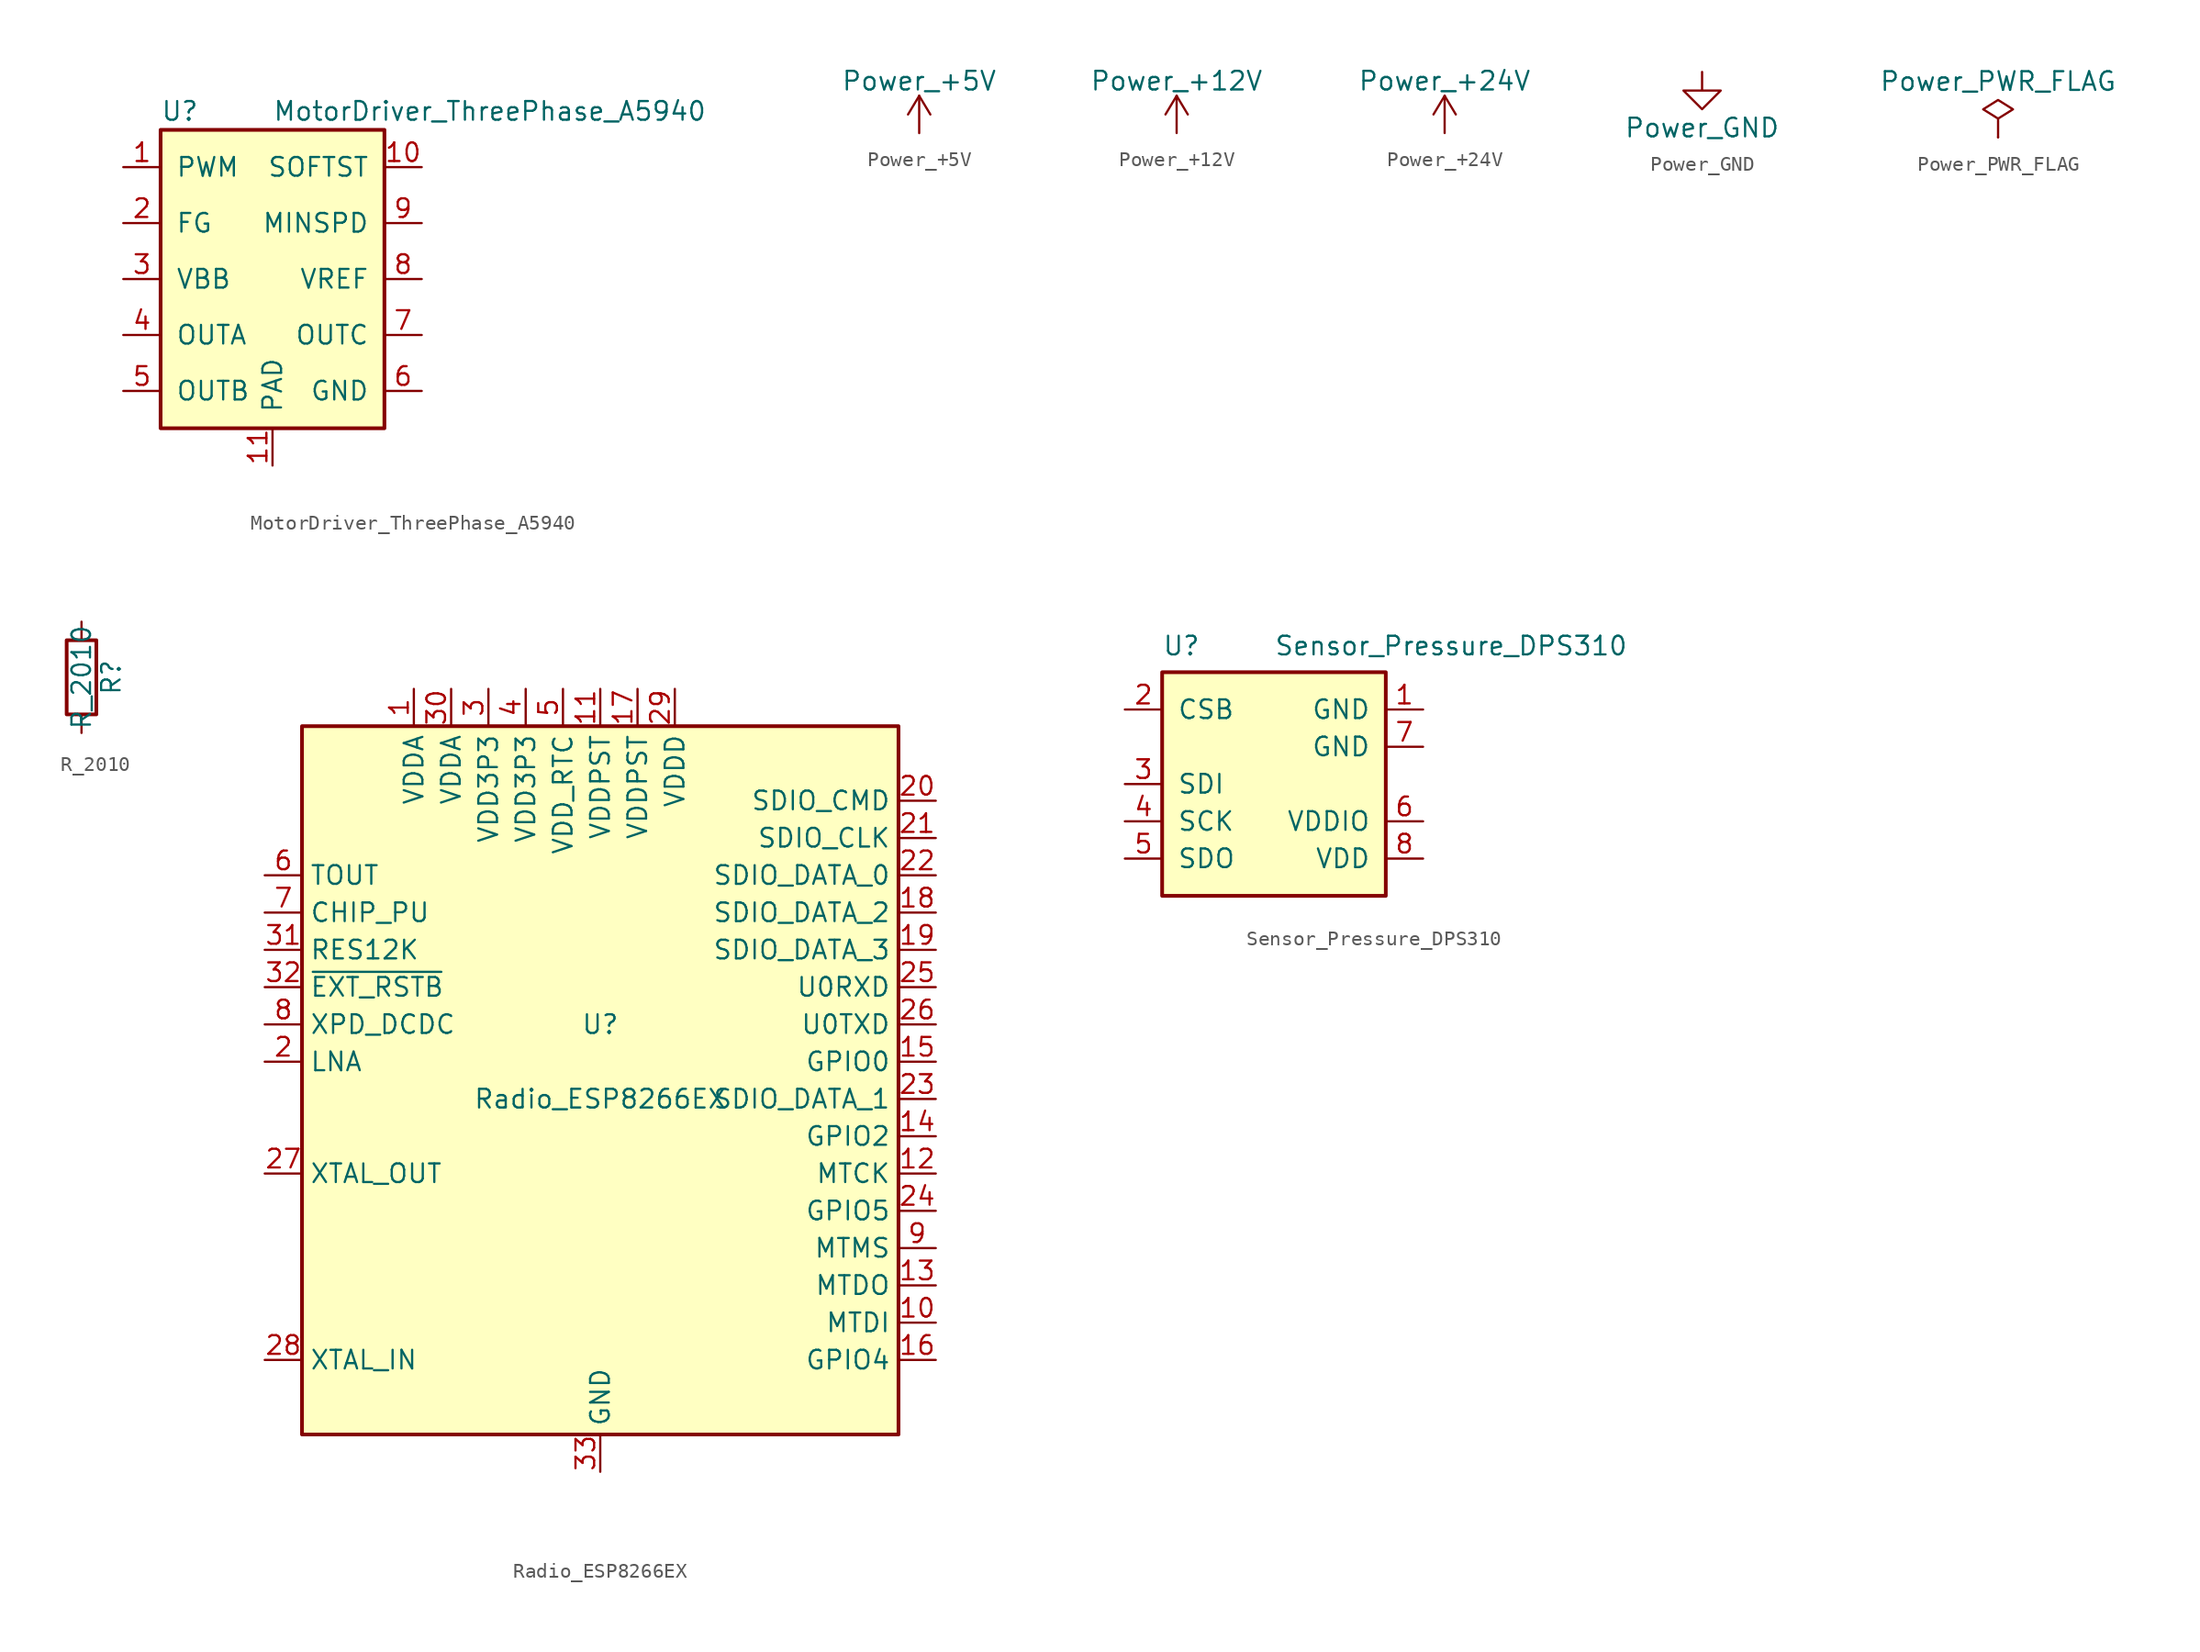
<source format=kicad_sym>
(kicad_symbol_lib
  (version 20211014)
  (generator kicad_symbol_editor)
  (symbol "MotorDriver_ThreePhase_A5940"
    (pin_names
      (offset 1.016))
    (property "Reference" "U"
      (at -7.62 11.43 0)
      (effects (font (size 1.27 1.27)) (justify left)))
    (property "Value" "MotorDriver_ThreePhase_A5940"
      (at 0 11.43 0)
      (effects (font (size 1.27 1.27)) (justify left)))
    (symbol "MotorDriver_ThreePhase_A5940_0_1"
      (rectangle (start -7.62 10.16) (end 7.62 -10.16) (stroke (width 0.254) (type default) (color 0 0 0 0)) (fill (type background))))
    (symbol "MotorDriver_ThreePhase_A5940_1_1"
      (pin input line (at -10.16 7.62 0) (length 2.54) (name "PWM" (effects (font (size 1.27 1.27)))) (number "1" (effects (font (size 1.27 1.27)))))
      (pin input line (at 10.16 7.62 180) (length 2.54) (name "SOFTST" (effects (font (size 1.27 1.27)))) (number "10" (effects (font (size 1.27 1.27)))))
      (pin power_in line (at 0 -12.7 90) (length 2.54) (name "PAD" (effects (font (size 1.27 1.27)))) (number "11" (effects (font (size 1.27 1.27)))))
      (pin output line (at -10.16 3.81 0) (length 2.54) (name "FG" (effects (font (size 1.27 1.27)))) (number "2" (effects (font (size 1.27 1.27)))))
      (pin power_in line (at -10.16 0 0) (length 2.54) (name "VBB" (effects (font (size 1.27 1.27)))) (number "3" (effects (font (size 1.27 1.27)))))
      (pin output line (at -10.16 -3.81 0) (length 2.54) (name "OUTA" (effects (font (size 1.27 1.27)))) (number "4" (effects (font (size 1.27 1.27)))))
      (pin output line (at -10.16 -7.62 0) (length 2.54) (name "OUTB" (effects (font (size 1.27 1.27)))) (number "5" (effects (font (size 1.27 1.27)))))
      (pin power_in line (at 10.16 -7.62 180) (length 2.54) (name "GND" (effects (font (size 1.27 1.27)))) (number "6" (effects (font (size 1.27 1.27)))))
      (pin output line (at 10.16 -3.81 180) (length 2.54) (name "OUTC" (effects (font (size 1.27 1.27)))) (number "7" (effects (font (size 1.27 1.27)))))
      (pin output line (at 10.16 0 180) (length 2.54) (name "VREF" (effects (font (size 1.27 1.27)))) (number "8" (effects (font (size 1.27 1.27)))))
      (pin input line (at 10.16 3.81 180) (length 2.54) (name "MINSPD" (effects (font (size 1.27 1.27)))) (number "9" (effects (font (size 1.27 1.27)))))))
  (symbol "Power_+5V"
    (power)
    (pin_names
      (offset 0))
    (property "Reference" "#PWR"
      (at 0 -3.81 0)
      (effects (font (size 1.27 1.27)) hide))
    (property "Value" "Power_+5V"
      (at 0 3.556 0)
      (effects (font (size 1.27 1.27))))
    (symbol "Power_+5V_0_1"
      (polyline (pts (xy -0.762 1.27) (xy 0 2.54)) (stroke (width 0) (type default) (color 0 0 0 0)) (fill (type none)))
      (polyline (pts (xy 0 0) (xy 0 2.54)) (stroke (width 0) (type default) (color 0 0 0 0)) (fill (type none)))
      (polyline (pts (xy 0 2.54) (xy 0.762 1.27)) (stroke (width 0) (type default) (color 0 0 0 0)) (fill (type none))))
    (symbol "Power_+5V_1_1"
      (pin power_in line (at 0 0 90) (length 0) hide (name "+5V" (effects (font (size 1.27 1.27)))) (number "1" (effects (font (size 1.27 1.27)))))))
  (symbol "Power_+12V"
    (power)
    (pin_names
      (offset 0))
    (property "Reference" "#PWR"
      (at 0 -3.81 0)
      (effects (font (size 1.27 1.27)) hide))
    (property "Value" "Power_+12V"
      (at 0 3.556 0)
      (effects (font (size 1.27 1.27))))
    (symbol "Power_+12V_0_1"
      (polyline (pts (xy -0.762 1.27) (xy 0 2.54)) (stroke (width 0) (type default) (color 0 0 0 0)) (fill (type none)))
      (polyline (pts (xy 0 0) (xy 0 2.54)) (stroke (width 0) (type default) (color 0 0 0 0)) (fill (type none)))
      (polyline (pts (xy 0 2.54) (xy 0.762 1.27)) (stroke (width 0) (type default) (color 0 0 0 0)) (fill (type none))))
    (symbol "Power_+12V_1_1"
      (pin power_in line (at 0 0 90) (length 0) hide (name "+12V" (effects (font (size 1.27 1.27)))) (number "1" (effects (font (size 1.27 1.27)))))))
  (symbol "Power_+24V"
    (power)
    (pin_names
      (offset 0))
    (property "Reference" "#PWR"
      (at 0 -3.81 0)
      (effects (font (size 1.27 1.27)) hide))
    (property "Value" "Power_+24V"
      (at 0 3.556 0)
      (effects (font (size 1.27 1.27))))
    (symbol "Power_+24V_0_1"
      (polyline (pts (xy -0.762 1.27) (xy 0 2.54)) (stroke (width 0) (type default) (color 0 0 0 0)) (fill (type none)))
      (polyline (pts (xy 0 0) (xy 0 2.54)) (stroke (width 0) (type default) (color 0 0 0 0)) (fill (type none)))
      (polyline (pts (xy 0 2.54) (xy 0.762 1.27)) (stroke (width 0) (type default) (color 0 0 0 0)) (fill (type none))))
    (symbol "Power_+24V_1_1"
      (pin power_in line (at 0 0 90) (length 0) hide (name "+24V" (effects (font (size 1.27 1.27)))) (number "1" (effects (font (size 1.27 1.27)))))))
  (symbol "Power_GND"
    (power)
    (pin_names
      (offset 0))
    (property "Reference" "#PWR"
      (at 0 -6.35 0)
      (effects (font (size 1.27 1.27)) hide))
    (property "Value" "Power_GND"
      (at 0 -3.81 0)
      (effects (font (size 1.27 1.27))))
    (symbol "Power_GND_0_1"
      (polyline (pts (xy 0 0) (xy 0 -1.27) (xy 1.27 -1.27) (xy 0 -2.54) (xy -1.27 -1.27) (xy 0 -1.27)) (stroke (width 0) (type default) (color 0 0 0 0)) (fill (type none))))
    (symbol "Power_GND_1_1"
      (pin power_in line (at 0 0 270) (length 0) hide (name "GND" (effects (font (size 1.27 1.27)))) (number "1" (effects (font (size 1.27 1.27)))))))
  (symbol "Power_PWR_FLAG"
    (power)
    (pin_numbers hide)
    (pin_names
      (offset 0) hide)
    (property "Reference" "#FLG"
      (at 0 1.905 0)
      (effects (font (size 1.27 1.27)) hide))
    (property "Value" "Power_PWR_FLAG"
      (at 0 3.81 0)
      (effects (font (size 1.27 1.27))))
    (symbol "Power_PWR_FLAG_0_0"
      (pin power_out line (at 0 0 90) (length 0) (name "pwr" (effects (font (size 1.27 1.27)))) (number "1" (effects (font (size 1.27 1.27))))))
    (symbol "Power_PWR_FLAG_0_1"
      (polyline (pts (xy 0 0) (xy 0 1.27) (xy -1.016 1.905) (xy 0 2.54) (xy 1.016 1.905) (xy 0 1.27)) (stroke (width 0) (type default) (color 0 0 0 0)) (fill (type none)))))
  (symbol "R_2010"
    (pin_numbers hide)
    (pin_names
      (offset 0))
    (property "Reference" "R"
      (at 2.032 0 90)
      (effects (font (size 1.27 1.27))))
    (property "Value" "R_2010"
      (at 0 0 90)
      (effects (font (size 1.27 1.27))))
    (symbol "R_2010_0_1"
      (rectangle (start -1.016 -2.54) (end 1.016 2.54) (stroke (width 0.254) (type default) (color 0 0 0 0)) (fill (type none))))
    (symbol "R_2010_1_1"
      (pin passive line (at 0 3.81 270) (length 1.27) (name "~" (effects (font (size 1.27 1.27)))) (number "1" (effects (font (size 1.27 1.27)))))
      (pin passive line (at 0 -3.81 90) (length 1.27) (name "~" (effects (font (size 1.27 1.27)))) (number "2" (effects (font (size 1.27 1.27)))))))
  (symbol "Radio_ESP8266EX"
    (property "Reference" "U"
      (at 0 2.54 0)
      (effects (font (size 1.27 1.27))))
    (property "Value" "Radio_ESP8266EX"
      (at 0 -2.54 0)
      (effects (font (size 1.27 1.27))))
    (symbol "Radio_ESP8266EX_0_1"
      (rectangle (start -20.32 22.86) (end 20.32 -25.4) (stroke (width 0.254) (type default) (color 0 0 0 0)) (fill (type background))))
    (symbol "Radio_ESP8266EX_1_1"
      (pin power_in line (at -12.7 25.4 270) (length 2.54) (name "VDDA" (effects (font (size 1.27 1.27)))) (number "1" (effects (font (size 1.27 1.27)))))
      (pin bidirectional line (at 22.86 -17.78 180) (length 2.54) (name "MTDI" (effects (font (size 1.27 1.27)))) (number "10" (effects (font (size 1.27 1.27)))))
      (pin power_in line (at 0 25.4 270) (length 2.54) (name "VDDPST" (effects (font (size 1.27 1.27)))) (number "11" (effects (font (size 1.27 1.27)))))
      (pin bidirectional line (at 22.86 -7.62 180) (length 2.54) (name "MTCK" (effects (font (size 1.27 1.27)))) (number "12" (effects (font (size 1.27 1.27)))))
      (pin bidirectional line (at 22.86 -15.24 180) (length 2.54) (name "MTDO" (effects (font (size 1.27 1.27)))) (number "13" (effects (font (size 1.27 1.27)))))
      (pin bidirectional line (at 22.86 -5.08 180) (length 2.54) (name "GPIO2" (effects (font (size 1.27 1.27)))) (number "14" (effects (font (size 1.27 1.27)))))
      (pin bidirectional line (at 22.86 0 180) (length 2.54) (name "GPIO0" (effects (font (size 1.27 1.27)))) (number "15" (effects (font (size 1.27 1.27)))))
      (pin bidirectional line (at 22.86 -20.32 180) (length 2.54) (name "GPIO4" (effects (font (size 1.27 1.27)))) (number "16" (effects (font (size 1.27 1.27)))))
      (pin power_in line (at 2.54 25.4 270) (length 2.54) (name "VDDPST" (effects (font (size 1.27 1.27)))) (number "17" (effects (font (size 1.27 1.27)))))
      (pin bidirectional line (at 22.86 10.16 180) (length 2.54) (name "SDIO_DATA_2" (effects (font (size 1.27 1.27)))) (number "18" (effects (font (size 1.27 1.27)))))
      (pin bidirectional line (at 22.86 7.62 180) (length 2.54) (name "SDIO_DATA_3" (effects (font (size 1.27 1.27)))) (number "19" (effects (font (size 1.27 1.27)))))
      (pin bidirectional line (at -22.86 0 0) (length 2.54) (name "LNA" (effects (font (size 1.27 1.27)))) (number "2" (effects (font (size 1.27 1.27)))))
      (pin bidirectional line (at 22.86 17.78 180) (length 2.54) (name "SDIO_CMD" (effects (font (size 1.27 1.27)))) (number "20" (effects (font (size 1.27 1.27)))))
      (pin bidirectional line (at 22.86 15.24 180) (length 2.54) (name "SDIO_CLK" (effects (font (size 1.27 1.27)))) (number "21" (effects (font (size 1.27 1.27)))))
      (pin bidirectional line (at 22.86 12.7 180) (length 2.54) (name "SDIO_DATA_0" (effects (font (size 1.27 1.27)))) (number "22" (effects (font (size 1.27 1.27)))))
      (pin bidirectional line (at 22.86 -2.54 180) (length 2.54) (name "SDIO_DATA_1" (effects (font (size 1.27 1.27)))) (number "23" (effects (font (size 1.27 1.27)))))
      (pin bidirectional line (at 22.86 -10.16 180) (length 2.54) (name "GPIO5" (effects (font (size 1.27 1.27)))) (number "24" (effects (font (size 1.27 1.27)))))
      (pin bidirectional line (at 22.86 5.08 180) (length 2.54) (name "U0RXD" (effects (font (size 1.27 1.27)))) (number "25" (effects (font (size 1.27 1.27)))))
      (pin bidirectional line (at 22.86 2.54 180) (length 2.54) (name "U0TXD" (effects (font (size 1.27 1.27)))) (number "26" (effects (font (size 1.27 1.27)))))
      (pin bidirectional line (at -22.86 -7.62 0) (length 2.54) (name "XTAL_OUT" (effects (font (size 1.27 1.27)))) (number "27" (effects (font (size 1.27 1.27)))))
      (pin bidirectional line (at -22.86 -20.32 0) (length 2.54) (name "XTAL_IN" (effects (font (size 1.27 1.27)))) (number "28" (effects (font (size 1.27 1.27)))))
      (pin power_in line (at 5.08 25.4 270) (length 2.54) (name "VDDD" (effects (font (size 1.27 1.27)))) (number "29" (effects (font (size 1.27 1.27)))))
      (pin power_in line (at -7.62 25.4 270) (length 2.54) (name "VDD3P3" (effects (font (size 1.27 1.27)))) (number "3" (effects (font (size 1.27 1.27)))))
      (pin power_in line (at -10.16 25.4 270) (length 2.54) (name "VDDA" (effects (font (size 1.27 1.27)))) (number "30" (effects (font (size 1.27 1.27)))))
      (pin input line (at -22.86 7.62 0) (length 2.54) (name "RES12K" (effects (font (size 1.27 1.27)))) (number "31" (effects (font (size 1.27 1.27)))))
      (pin input line (at -22.86 5.08 0) (length 2.54) (name "~{EXT_RSTB}" (effects (font (size 1.27 1.27)))) (number "32" (effects (font (size 1.27 1.27)))))
      (pin power_in line (at 0 -27.94 90) (length 2.54) (name "GND" (effects (font (size 1.27 1.27)))) (number "33" (effects (font (size 1.27 1.27)))))
      (pin power_in line (at -5.08 25.4 270) (length 2.54) (name "VDD3P3" (effects (font (size 1.27 1.27)))) (number "4" (effects (font (size 1.27 1.27)))))
      (pin power_in line (at -2.54 25.4 270) (length 2.54) (name "VDD_RTC" (effects (font (size 1.27 1.27)))) (number "5" (effects (font (size 1.27 1.27)))))
      (pin input line (at -22.86 12.7 0) (length 2.54) (name "TOUT" (effects (font (size 1.27 1.27)))) (number "6" (effects (font (size 1.27 1.27)))))
      (pin input line (at -22.86 10.16 0) (length 2.54) (name "CHIP_PU" (effects (font (size 1.27 1.27)))) (number "7" (effects (font (size 1.27 1.27)))))
      (pin bidirectional line (at -22.86 2.54 0) (length 2.54) (name "XPD_DCDC" (effects (font (size 1.27 1.27)))) (number "8" (effects (font (size 1.27 1.27)))))
      (pin bidirectional line (at 22.86 -12.7 180) (length 2.54) (name "MTMS" (effects (font (size 1.27 1.27)))) (number "9" (effects (font (size 1.27 1.27)))))))
  (symbol "Sensor_Pressure_DPS310"
    (pin_names
      (offset 1.016))
    (property "Reference" "U"
      (at -7.62 10.16 0)
      (effects (font (size 1.27 1.27)) (justify left top)))
    (property "Value" "Sensor_Pressure_DPS310"
      (at 0 10.16 0)
      (effects (font (size 1.27 1.27)) (justify left top)))
    (symbol "Sensor_Pressure_DPS310_0_1"
      (rectangle (start -7.62 7.62) (end 7.62 -7.62) (stroke (width 0.254) (type default) (color 0 0 0 0)) (fill (type background))))
    (symbol "Sensor_Pressure_DPS310_1_1"
      (pin power_in line (at 10.16 5.08 180) (length 2.54) (name "GND" (effects (font (size 1.27 1.27)))) (number "1" (effects (font (size 1.27 1.27)))))
      (pin input line (at -10.16 5.08 0) (length 2.54) (name "CSB" (effects (font (size 1.27 1.27)))) (number "2" (effects (font (size 1.27 1.27)))))
      (pin bidirectional line (at -10.16 0 0) (length 2.54) (name "SDI" (effects (font (size 1.27 1.27)))) (number "3" (effects (font (size 1.27 1.27)))))
      (pin input line (at -10.16 -2.54 0) (length 2.54) (name "SCK" (effects (font (size 1.27 1.27)))) (number "4" (effects (font (size 1.27 1.27)))))
      (pin output line (at -10.16 -5.08 0) (length 2.54) (name "SDO" (effects (font (size 1.27 1.27)))) (number "5" (effects (font (size 1.27 1.27)))))
      (pin power_in line (at 10.16 -2.54 180) (length 2.54) (name "VDDIO" (effects (font (size 1.27 1.27)))) (number "6" (effects (font (size 1.27 1.27)))))
      (pin power_in line (at 10.16 2.54 180) (length 2.54) (name "GND" (effects (font (size 1.27 1.27)))) (number "7" (effects (font (size 1.27 1.27)))))
      (pin power_in line (at 10.16 -5.08 180) (length 2.54) (name "VDD" (effects (font (size 1.27 1.27)))) (number "8" (effects (font (size 1.27 1.27))))))))
</source>
